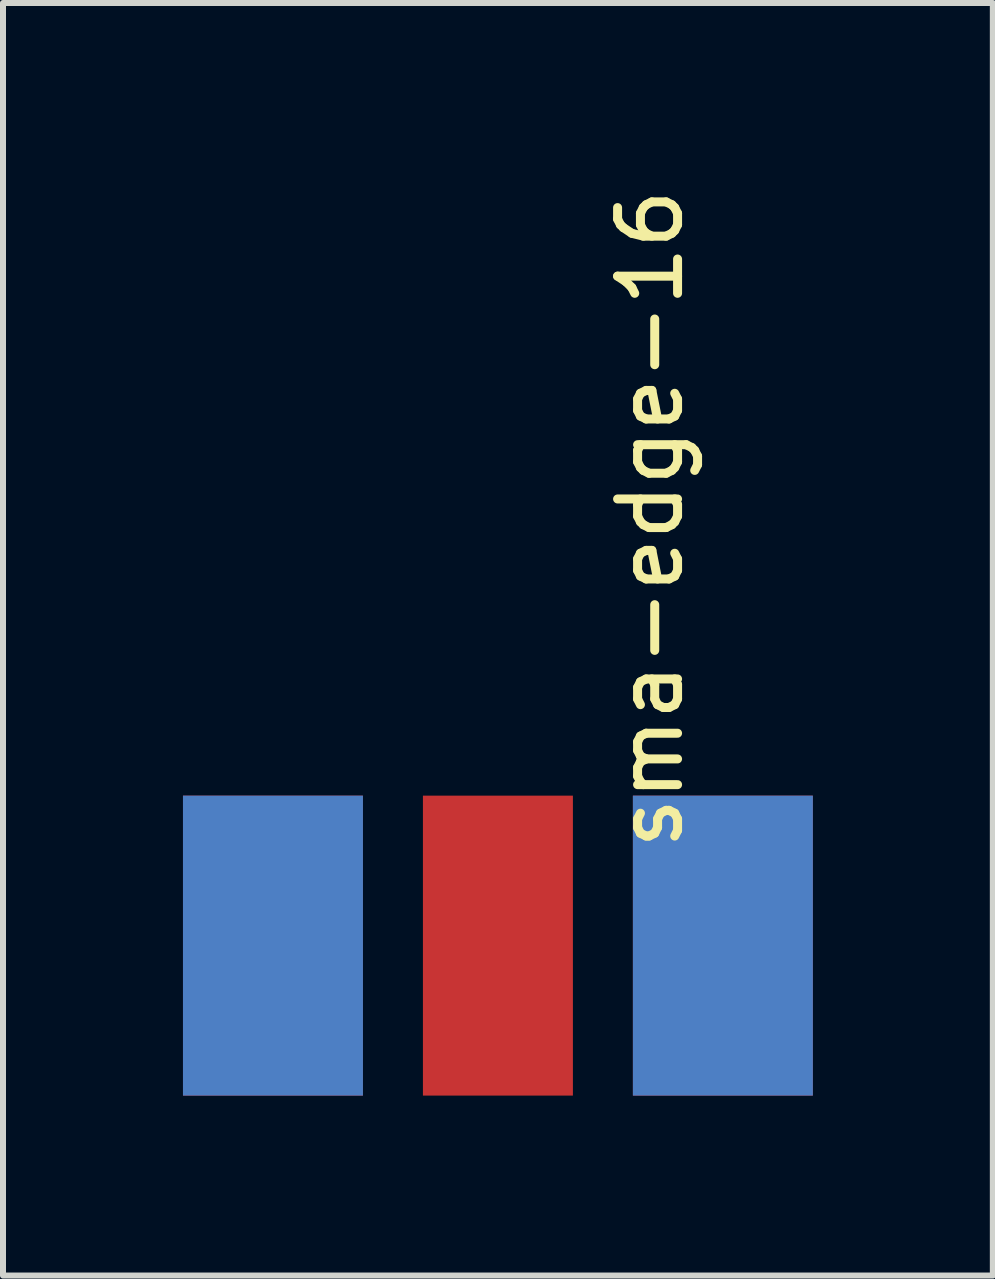
<source format=kicad_pcb>
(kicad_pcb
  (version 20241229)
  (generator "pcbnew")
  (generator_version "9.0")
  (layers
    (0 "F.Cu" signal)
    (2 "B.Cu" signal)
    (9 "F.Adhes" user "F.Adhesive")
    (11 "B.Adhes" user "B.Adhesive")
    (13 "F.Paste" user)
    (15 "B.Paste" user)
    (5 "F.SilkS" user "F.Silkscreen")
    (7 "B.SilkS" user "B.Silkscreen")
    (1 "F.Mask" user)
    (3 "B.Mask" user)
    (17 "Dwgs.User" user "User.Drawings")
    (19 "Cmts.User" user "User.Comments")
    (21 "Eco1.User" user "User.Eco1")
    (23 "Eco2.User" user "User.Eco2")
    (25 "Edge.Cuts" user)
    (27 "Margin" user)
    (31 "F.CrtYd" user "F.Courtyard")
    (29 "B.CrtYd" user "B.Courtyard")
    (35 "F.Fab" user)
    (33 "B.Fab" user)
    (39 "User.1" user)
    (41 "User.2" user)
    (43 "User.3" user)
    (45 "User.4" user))
  (footprint "sma-edge-16"
    (layer "F.Cu")
    (at 3 12.713)
    (property "Reference" "sma-edge-16" (at 4.79 -7.112 90) (layer "F.SilkS") (effects (font (size 1 1) (thickness 0.15))))
    (attr through_hole)
    (pad "1" smd rect (at -1.5 0) (size 3 5) (layers "F.Cu" "F.Mask" "F.Paste"))
    (pad "2" smd rect (at 2.25 0) (size 2.5 5) (layers "F.Cu" "F.Mask" "F.Paste"))
    (pad "3" smd rect (at 6 0) (size 3 5) (layers "F.Cu" "F.Mask" "F.Paste"))
    (pad "4" smd rect (at 6 0) (size 3 5) (layers "B.Cu" "B.Mask" "F.Paste"))
    (pad "5" smd rect (at -1.5 0) (size 3 5) (layers "B.Cu" "B.Mask" "B.Paste")))
  (gr_rect
    (start -3 -3)
    (end 13.5 18.213)
    (stroke (width 0.1) (type default))
    (fill no)
    (layer "Edge.Cuts")))
</source>
